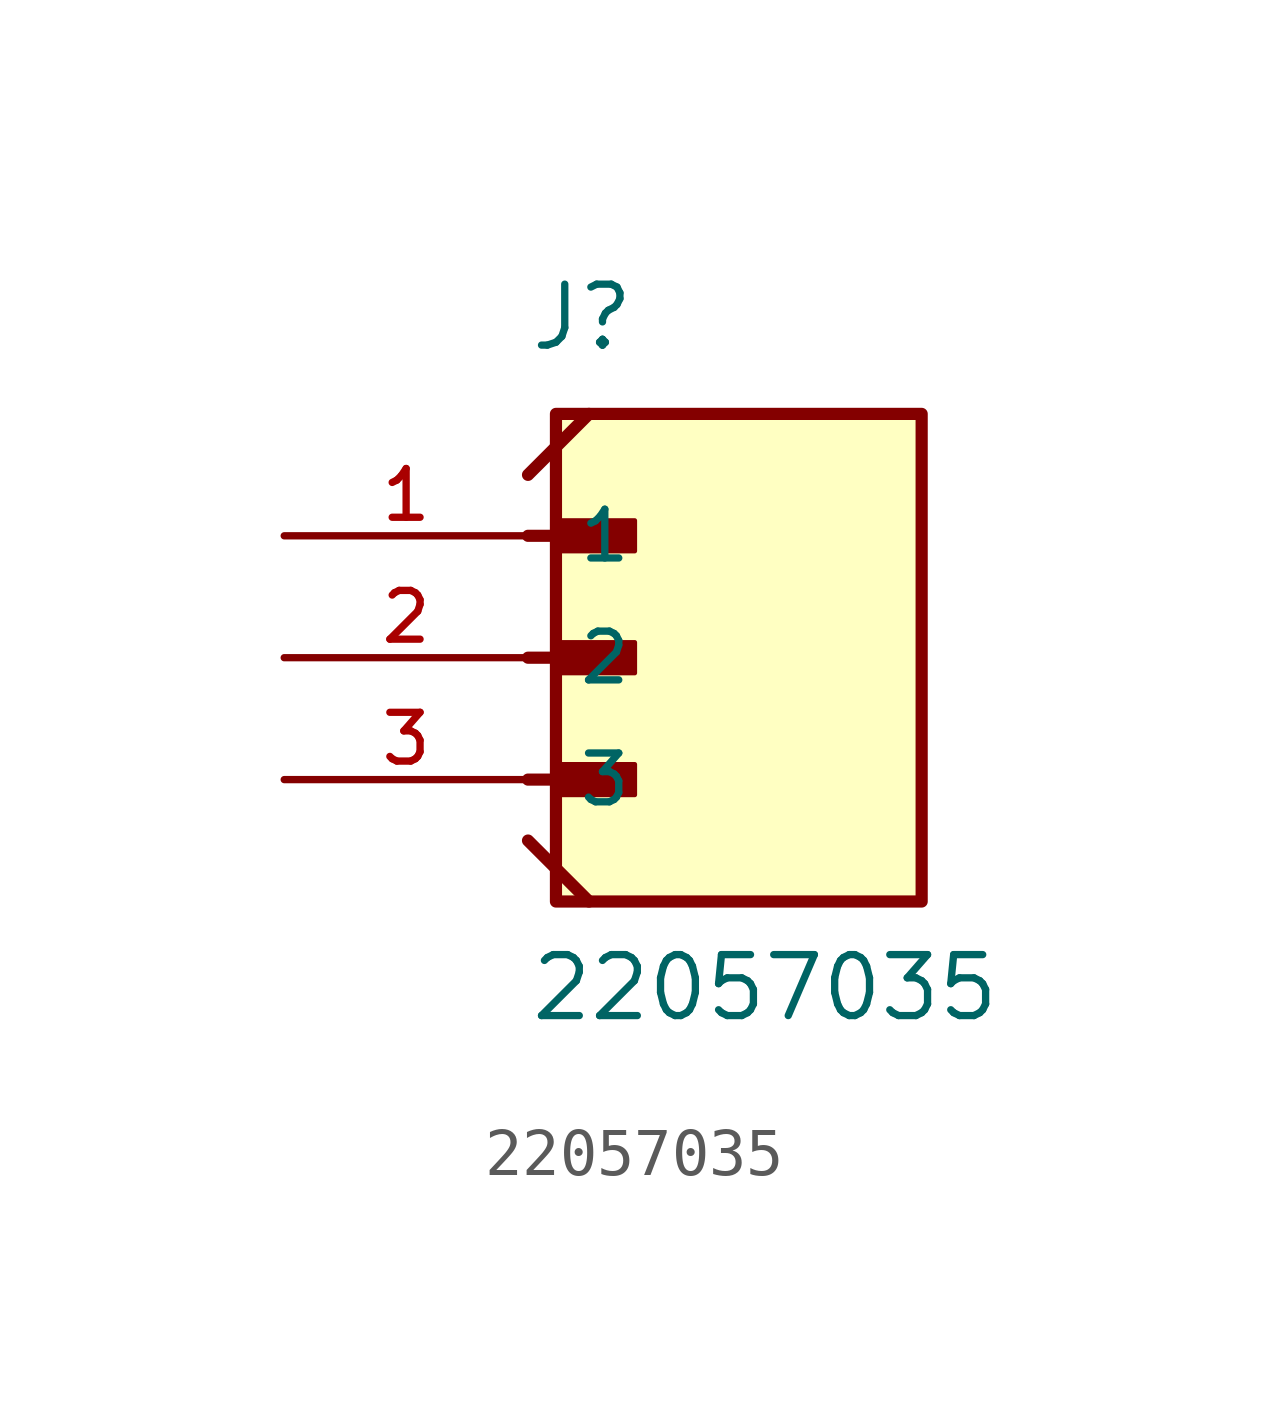
<source format=kicad_sym>
(kicad_symbol_lib
  (version 20211014)
  (generator kicad_symbol_editor)
  (symbol "22057035"
    (pin_names
      (offset 1.016))
    (property "Reference" "J"
      (at 0.0 6.35 0)
      (effects (font (size 1.27 1.27)) (justify bottom left)))
    (property "Value" "22057035"
      (at 0.0 -7.62 0)
      (effects (font (size 1.27 1.27)) (justify bottom left)))
    (symbol "22057035_0_0"
      (polyline (pts (xy 1.27 5.08) (xy 0.0 3.81)) (stroke (width 0.254)))
      (rectangle (start 0.635 2.223) (end 2.223 2.857) (stroke (width 0.1)) (fill (type outline)))
      (polyline (pts (xy 0.0 0.0) (xy 1.905 0.0)) (stroke (width 0.254)))
      (rectangle (start 0.635 -0.318) (end 2.223 0.318) (stroke (width 0.1)) (fill (type outline)))
      (polyline (pts (xy 0.0 2.54) (xy 1.905 2.54)) (stroke (width 0.254)))
      (polyline (pts (xy 0.0 -3.81) (xy 1.27 -5.08)) (stroke (width 0.254)))
      (polyline (pts (xy 0.0 -2.54) (xy 1.905 -2.54)) (stroke (width 0.254)))
      (rectangle (start 0.635 -2.857) (end 2.223 -2.223) (stroke (width 0.1)) (fill (type outline)))
      (rectangle (start 0.582 -5.08) (end 8.202 5.08) (stroke (width 0.254)) (fill (type background)))
      (pin passive line (at -5.08 2.54 0) (length 5.08) (name "1" (effects (font (size 1.016 1.016)))) (number "1" (effects (font (size 1.016 1.016)))))
      (pin passive line (at -5.08 0.0 0) (length 5.08) (name "2" (effects (font (size 1.016 1.016)))) (number "2" (effects (font (size 1.016 1.016)))))
      (pin passive line (at -5.08 -2.54 0) (length 5.08) (name "3" (effects (font (size 1.016 1.016)))) (number "3" (effects (font (size 1.016 1.016))))))))
</source>
